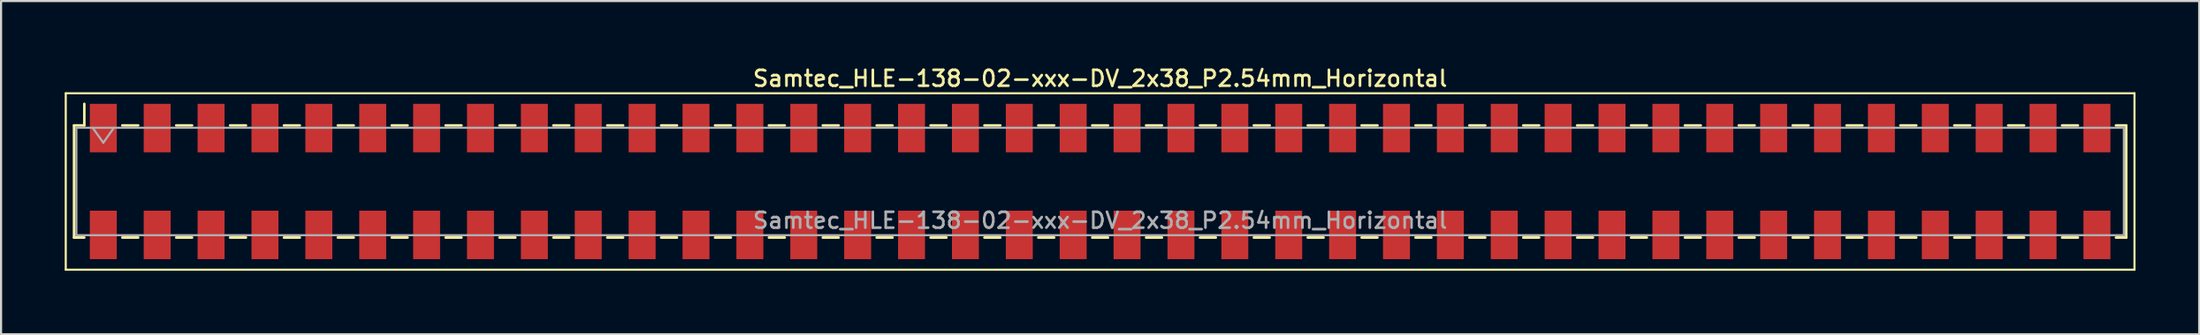
<source format=kicad_pcb>
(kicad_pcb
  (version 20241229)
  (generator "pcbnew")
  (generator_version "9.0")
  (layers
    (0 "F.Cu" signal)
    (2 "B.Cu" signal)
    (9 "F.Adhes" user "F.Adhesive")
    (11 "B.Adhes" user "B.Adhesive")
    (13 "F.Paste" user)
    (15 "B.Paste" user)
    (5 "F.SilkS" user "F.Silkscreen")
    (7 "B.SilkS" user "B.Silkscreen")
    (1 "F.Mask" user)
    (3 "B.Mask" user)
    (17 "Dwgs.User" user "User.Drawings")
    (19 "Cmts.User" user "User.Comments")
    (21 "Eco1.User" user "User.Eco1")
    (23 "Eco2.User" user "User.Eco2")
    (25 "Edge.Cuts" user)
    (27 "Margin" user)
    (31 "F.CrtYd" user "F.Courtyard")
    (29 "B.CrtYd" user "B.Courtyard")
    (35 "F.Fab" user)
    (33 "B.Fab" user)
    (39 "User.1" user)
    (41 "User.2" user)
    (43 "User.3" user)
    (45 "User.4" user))
  (footprint "Samtec_HLE-138-02-xxx-DV_2x38_P2.54mm_Horizontal"
    (layer "F.Cu")
    (at 48.81 5.528)
    (property "Reference" "Samtec_HLE-138-02-xxx-DV_2x38_P2.54mm_Horizontal" (at 0 -4.87 0) (layer "F.SilkS") (effects (font (size 0.75 0.75) (thickness 0.125))))
    (attr smd)
    (fp_line (start -48.76 -4.17) (end 48.76 -4.17) (stroke (width 0.1) (type solid)) (layer "F.SilkS"))
    (fp_line (start -48.76 4.17) (end -48.76 -4.17) (stroke (width 0.1) (type solid)) (layer "F.SilkS"))
    (fp_line (start -48.37 -2.65) (end -48.37 2.65) (stroke (width 0.12) (type solid)) (layer "F.SilkS"))
    (fp_line (start -48.37 2.65) (end -47.885 2.65) (stroke (width 0.12) (type solid)) (layer "F.SilkS"))
    (fp_line (start -47.885 -3.67) (end -47.885 -2.65) (stroke (width 0.12) (type solid)) (layer "F.SilkS"))
    (fp_line (start -47.885 -2.65) (end -48.37 -2.65) (stroke (width 0.12) (type solid)) (layer "F.SilkS"))
    (fp_line (start -46.095 -2.65) (end -45.345 -2.65) (stroke (width 0.12) (type solid)) (layer "F.SilkS"))
    (fp_line (start -46.095 2.65) (end -45.345 2.65) (stroke (width 0.12) (type solid)) (layer "F.SilkS"))
    (fp_line (start -43.555 -2.65) (end -42.805 -2.65) (stroke (width 0.12) (type solid)) (layer "F.SilkS"))
    (fp_line (start -43.555 2.65) (end -42.805 2.65) (stroke (width 0.12) (type solid)) (layer "F.SilkS"))
    (fp_line (start -41.015 -2.65) (end -40.265 -2.65) (stroke (width 0.12) (type solid)) (layer "F.SilkS"))
    (fp_line (start -41.015 2.65) (end -40.265 2.65) (stroke (width 0.12) (type solid)) (layer "F.SilkS"))
    (fp_line (start -38.475 -2.65) (end -37.725 -2.65) (stroke (width 0.12) (type solid)) (layer "F.SilkS"))
    (fp_line (start -38.475 2.65) (end -37.725 2.65) (stroke (width 0.12) (type solid)) (layer "F.SilkS"))
    (fp_line (start -35.935 -2.65) (end -35.185 -2.65) (stroke (width 0.12) (type solid)) (layer "F.SilkS"))
    (fp_line (start -35.935 2.65) (end -35.185 2.65) (stroke (width 0.12) (type solid)) (layer "F.SilkS"))
    (fp_line (start -33.395 -2.65) (end -32.645 -2.65) (stroke (width 0.12) (type solid)) (layer "F.SilkS"))
    (fp_line (start -33.395 2.65) (end -32.645 2.65) (stroke (width 0.12) (type solid)) (layer "F.SilkS"))
    (fp_line (start -30.855 -2.65) (end -30.105 -2.65) (stroke (width 0.12) (type solid)) (layer "F.SilkS"))
    (fp_line (start -30.855 2.65) (end -30.105 2.65) (stroke (width 0.12) (type solid)) (layer "F.SilkS"))
    (fp_line (start -28.315 -2.65) (end -27.565 -2.65) (stroke (width 0.12) (type solid)) (layer "F.SilkS"))
    (fp_line (start -28.315 2.65) (end -27.565 2.65) (stroke (width 0.12) (type solid)) (layer "F.SilkS"))
    (fp_line (start -25.775 -2.65) (end -25.025 -2.65) (stroke (width 0.12) (type solid)) (layer "F.SilkS"))
    (fp_line (start -25.775 2.65) (end -25.025 2.65) (stroke (width 0.12) (type solid)) (layer "F.SilkS"))
    (fp_line (start -23.235 -2.65) (end -22.485 -2.65) (stroke (width 0.12) (type solid)) (layer "F.SilkS"))
    (fp_line (start -23.235 2.65) (end -22.485 2.65) (stroke (width 0.12) (type solid)) (layer "F.SilkS"))
    (fp_line (start -20.695 -2.65) (end -19.945 -2.65) (stroke (width 0.12) (type solid)) (layer "F.SilkS"))
    (fp_line (start -20.695 2.65) (end -19.945 2.65) (stroke (width 0.12) (type solid)) (layer "F.SilkS"))
    (fp_line (start -18.155 -2.65) (end -17.405 -2.65) (stroke (width 0.12) (type solid)) (layer "F.SilkS"))
    (fp_line (start -18.155 2.65) (end -17.405 2.65) (stroke (width 0.12) (type solid)) (layer "F.SilkS"))
    (fp_line (start -15.615 -2.65) (end -14.865 -2.65) (stroke (width 0.12) (type solid)) (layer "F.SilkS"))
    (fp_line (start -15.615 2.65) (end -14.865 2.65) (stroke (width 0.12) (type solid)) (layer "F.SilkS"))
    (fp_line (start -13.075 -2.65) (end -12.325 -2.65) (stroke (width 0.12) (type solid)) (layer "F.SilkS"))
    (fp_line (start -13.075 2.65) (end -12.325 2.65) (stroke (width 0.12) (type solid)) (layer "F.SilkS"))
    (fp_line (start -10.535 -2.65) (end -9.785 -2.65) (stroke (width 0.12) (type solid)) (layer "F.SilkS"))
    (fp_line (start -10.535 2.65) (end -9.785 2.65) (stroke (width 0.12) (type solid)) (layer "F.SilkS"))
    (fp_line (start -7.995 -2.65) (end -7.245 -2.65) (stroke (width 0.12) (type solid)) (layer "F.SilkS"))
    (fp_line (start -7.995 2.65) (end -7.245 2.65) (stroke (width 0.12) (type solid)) (layer "F.SilkS"))
    (fp_line (start -5.455 -2.65) (end -4.705 -2.65) (stroke (width 0.12) (type solid)) (layer "F.SilkS"))
    (fp_line (start -5.455 2.65) (end -4.705 2.65) (stroke (width 0.12) (type solid)) (layer "F.SilkS"))
    (fp_line (start -2.915 -2.65) (end -2.165 -2.65) (stroke (width 0.12) (type solid)) (layer "F.SilkS"))
    (fp_line (start -2.915 2.65) (end -2.165 2.65) (stroke (width 0.12) (type solid)) (layer "F.SilkS"))
    (fp_line (start -0.375 -2.65) (end 0.375 -2.65) (stroke (width 0.12) (type solid)) (layer "F.SilkS"))
    (fp_line (start -0.375 2.65) (end 0.375 2.65) (stroke (width 0.12) (type solid)) (layer "F.SilkS"))
    (fp_line (start 2.165 -2.65) (end 2.915 -2.65) (stroke (width 0.12) (type solid)) (layer "F.SilkS"))
    (fp_line (start 2.165 2.65) (end 2.915 2.65) (stroke (width 0.12) (type solid)) (layer "F.SilkS"))
    (fp_line (start 4.705 -2.65) (end 5.455 -2.65) (stroke (width 0.12) (type solid)) (layer "F.SilkS"))
    (fp_line (start 4.705 2.65) (end 5.455 2.65) (stroke (width 0.12) (type solid)) (layer "F.SilkS"))
    (fp_line (start 7.245 -2.65) (end 7.995 -2.65) (stroke (width 0.12) (type solid)) (layer "F.SilkS"))
    (fp_line (start 7.245 2.65) (end 7.995 2.65) (stroke (width 0.12) (type solid)) (layer "F.SilkS"))
    (fp_line (start 9.785 -2.65) (end 10.535 -2.65) (stroke (width 0.12) (type solid)) (layer "F.SilkS"))
    (fp_line (start 9.785 2.65) (end 10.535 2.65) (stroke (width 0.12) (type solid)) (layer "F.SilkS"))
    (fp_line (start 12.325 -2.65) (end 13.075 -2.65) (stroke (width 0.12) (type solid)) (layer "F.SilkS"))
    (fp_line (start 12.325 2.65) (end 13.075 2.65) (stroke (width 0.12) (type solid)) (layer "F.SilkS"))
    (fp_line (start 14.865 -2.65) (end 15.615 -2.65) (stroke (width 0.12) (type solid)) (layer "F.SilkS"))
    (fp_line (start 14.865 2.65) (end 15.615 2.65) (stroke (width 0.12) (type solid)) (layer "F.SilkS"))
    (fp_line (start 17.405 -2.65) (end 18.155 -2.65) (stroke (width 0.12) (type solid)) (layer "F.SilkS"))
    (fp_line (start 17.405 2.65) (end 18.155 2.65) (stroke (width 0.12) (type solid)) (layer "F.SilkS"))
    (fp_line (start 19.945 -2.65) (end 20.695 -2.65) (stroke (width 0.12) (type solid)) (layer "F.SilkS"))
    (fp_line (start 19.945 2.65) (end 20.695 2.65) (stroke (width 0.12) (type solid)) (layer "F.SilkS"))
    (fp_line (start 22.485 -2.65) (end 23.235 -2.65) (stroke (width 0.12) (type solid)) (layer "F.SilkS"))
    (fp_line (start 22.485 2.65) (end 23.235 2.65) (stroke (width 0.12) (type solid)) (layer "F.SilkS"))
    (fp_line (start 25.025 -2.65) (end 25.775 -2.65) (stroke (width 0.12) (type solid)) (layer "F.SilkS"))
    (fp_line (start 25.025 2.65) (end 25.775 2.65) (stroke (width 0.12) (type solid)) (layer "F.SilkS"))
    (fp_line (start 27.565 -2.65) (end 28.315 -2.65) (stroke (width 0.12) (type solid)) (layer "F.SilkS"))
    (fp_line (start 27.565 2.65) (end 28.315 2.65) (stroke (width 0.12) (type solid)) (layer "F.SilkS"))
    (fp_line (start 30.105 -2.65) (end 30.855 -2.65) (stroke (width 0.12) (type solid)) (layer "F.SilkS"))
    (fp_line (start 30.105 2.65) (end 30.855 2.65) (stroke (width 0.12) (type solid)) (layer "F.SilkS"))
    (fp_line (start 32.645 -2.65) (end 33.395 -2.65) (stroke (width 0.12) (type solid)) (layer "F.SilkS"))
    (fp_line (start 32.645 2.65) (end 33.395 2.65) (stroke (width 0.12) (type solid)) (layer "F.SilkS"))
    (fp_line (start 35.185 -2.65) (end 35.935 -2.65) (stroke (width 0.12) (type solid)) (layer "F.SilkS"))
    (fp_line (start 35.185 2.65) (end 35.935 2.65) (stroke (width 0.12) (type solid)) (layer "F.SilkS"))
    (fp_line (start 37.725 -2.65) (end 38.475 -2.65) (stroke (width 0.12) (type solid)) (layer "F.SilkS"))
    (fp_line (start 37.725 2.65) (end 38.475 2.65) (stroke (width 0.12) (type solid)) (layer "F.SilkS"))
    (fp_line (start 40.265 -2.65) (end 41.015 -2.65) (stroke (width 0.12) (type solid)) (layer "F.SilkS"))
    (fp_line (start 40.265 2.65) (end 41.015 2.65) (stroke (width 0.12) (type solid)) (layer "F.SilkS"))
    (fp_line (start 42.805 -2.65) (end 43.555 -2.65) (stroke (width 0.12) (type solid)) (layer "F.SilkS"))
    (fp_line (start 42.805 2.65) (end 43.555 2.65) (stroke (width 0.12) (type solid)) (layer "F.SilkS"))
    (fp_line (start 45.345 -2.65) (end 46.095 -2.65) (stroke (width 0.12) (type solid)) (layer "F.SilkS"))
    (fp_line (start 45.345 2.65) (end 46.095 2.65) (stroke (width 0.12) (type solid)) (layer "F.SilkS"))
    (fp_line (start 47.885 -2.65) (end 48.37 -2.65) (stroke (width 0.12) (type solid)) (layer "F.SilkS"))
    (fp_line (start 48.37 -2.65) (end 48.37 2.65) (stroke (width 0.12) (type solid)) (layer "F.SilkS"))
    (fp_line (start 48.37 2.65) (end 47.885 2.65) (stroke (width 0.12) (type solid)) (layer "F.SilkS"))
    (fp_line (start 48.76 -4.17) (end 48.76 4.17) (stroke (width 0.1) (type solid)) (layer "F.SilkS"))
    (fp_line (start 48.76 4.17) (end -48.76 4.17) (stroke (width 0.1) (type solid)) (layer "F.SilkS"))
    (fp_line (start -48.26 -2.54) (end 48.26 -2.54) (stroke (width 0.1) (type solid)) (layer "F.Fab"))
    (fp_line (start -48.26 2.54) (end -48.26 -2.54) (stroke (width 0.1) (type solid)) (layer "F.Fab"))
    (fp_line (start -47.49 -2.54) (end -46.99 -1.833) (stroke (width 0.1) (type solid)) (layer "F.Fab"))
    (fp_line (start -46.99 -1.833) (end -46.49 -2.54) (stroke (width 0.1) (type solid)) (layer "F.Fab"))
    (fp_line (start 48.26 -2.54) (end 48.26 2.54) (stroke (width 0.1) (type solid)) (layer "F.Fab"))
    (fp_line (start 48.26 2.54) (end -48.26 2.54) (stroke (width 0.1) (type solid)) (layer "F.Fab"))
    (fp_text user "${REFERENCE}" (at 0 1.84 0) (layer "F.Fab") (effects (font (size 0.75 0.75) (thickness 0.125))))
    (pad "1" smd rect (at -46.99 -2.525) (size 1.27 2.29) (layers "F.Cu" "F.Mask" "F.Paste"))
    (pad "2" smd rect (at -46.99 2.525) (size 1.27 2.29) (layers "F.Cu" "F.Mask" "F.Paste"))
    (pad "3" smd rect (at -44.45 -2.525) (size 1.27 2.29) (layers "F.Cu" "F.Mask" "F.Paste"))
    (pad "4" smd rect (at -44.45 2.525) (size 1.27 2.29) (layers "F.Cu" "F.Mask" "F.Paste"))
    (pad "5" smd rect (at -41.91 -2.525) (size 1.27 2.29) (layers "F.Cu" "F.Mask" "F.Paste"))
    (pad "6" smd rect (at -41.91 2.525) (size 1.27 2.29) (layers "F.Cu" "F.Mask" "F.Paste"))
    (pad "7" smd rect (at -39.37 -2.525) (size 1.27 2.29) (layers "F.Cu" "F.Mask" "F.Paste"))
    (pad "8" smd rect (at -39.37 2.525) (size 1.27 2.29) (layers "F.Cu" "F.Mask" "F.Paste"))
    (pad "9" smd rect (at -36.83 -2.525) (size 1.27 2.29) (layers "F.Cu" "F.Mask" "F.Paste"))
    (pad "10" smd rect (at -36.83 2.525) (size 1.27 2.29) (layers "F.Cu" "F.Mask" "F.Paste"))
    (pad "11" smd rect (at -34.29 -2.525) (size 1.27 2.29) (layers "F.Cu" "F.Mask" "F.Paste"))
    (pad "12" smd rect (at -34.29 2.525) (size 1.27 2.29) (layers "F.Cu" "F.Mask" "F.Paste"))
    (pad "13" smd rect (at -31.75 -2.525) (size 1.27 2.29) (layers "F.Cu" "F.Mask" "F.Paste"))
    (pad "14" smd rect (at -31.75 2.525) (size 1.27 2.29) (layers "F.Cu" "F.Mask" "F.Paste"))
    (pad "15" smd rect (at -29.21 -2.525) (size 1.27 2.29) (layers "F.Cu" "F.Mask" "F.Paste"))
    (pad "16" smd rect (at -29.21 2.525) (size 1.27 2.29) (layers "F.Cu" "F.Mask" "F.Paste"))
    (pad "17" smd rect (at -26.67 -2.525) (size 1.27 2.29) (layers "F.Cu" "F.Mask" "F.Paste"))
    (pad "18" smd rect (at -26.67 2.525) (size 1.27 2.29) (layers "F.Cu" "F.Mask" "F.Paste"))
    (pad "19" smd rect (at -24.13 -2.525) (size 1.27 2.29) (layers "F.Cu" "F.Mask" "F.Paste"))
    (pad "20" smd rect (at -24.13 2.525) (size 1.27 2.29) (layers "F.Cu" "F.Mask" "F.Paste"))
    (pad "21" smd rect (at -21.59 -2.525) (size 1.27 2.29) (layers "F.Cu" "F.Mask" "F.Paste"))
    (pad "22" smd rect (at -21.59 2.525) (size 1.27 2.29) (layers "F.Cu" "F.Mask" "F.Paste"))
    (pad "23" smd rect (at -19.05 -2.525) (size 1.27 2.29) (layers "F.Cu" "F.Mask" "F.Paste"))
    (pad "24" smd rect (at -19.05 2.525) (size 1.27 2.29) (layers "F.Cu" "F.Mask" "F.Paste"))
    (pad "25" smd rect (at -16.51 -2.525) (size 1.27 2.29) (layers "F.Cu" "F.Mask" "F.Paste"))
    (pad "26" smd rect (at -16.51 2.525) (size 1.27 2.29) (layers "F.Cu" "F.Mask" "F.Paste"))
    (pad "27" smd rect (at -13.97 -2.525) (size 1.27 2.29) (layers "F.Cu" "F.Mask" "F.Paste"))
    (pad "28" smd rect (at -13.97 2.525) (size 1.27 2.29) (layers "F.Cu" "F.Mask" "F.Paste"))
    (pad "29" smd rect (at -11.43 -2.525) (size 1.27 2.29) (layers "F.Cu" "F.Mask" "F.Paste"))
    (pad "30" smd rect (at -11.43 2.525) (size 1.27 2.29) (layers "F.Cu" "F.Mask" "F.Paste"))
    (pad "31" smd rect (at -8.89 -2.525) (size 1.27 2.29) (layers "F.Cu" "F.Mask" "F.Paste"))
    (pad "32" smd rect (at -8.89 2.525) (size 1.27 2.29) (layers "F.Cu" "F.Mask" "F.Paste"))
    (pad "33" smd rect (at -6.35 -2.525) (size 1.27 2.29) (layers "F.Cu" "F.Mask" "F.Paste"))
    (pad "34" smd rect (at -6.35 2.525) (size 1.27 2.29) (layers "F.Cu" "F.Mask" "F.Paste"))
    (pad "35" smd rect (at -3.81 -2.525) (size 1.27 2.29) (layers "F.Cu" "F.Mask" "F.Paste"))
    (pad "36" smd rect (at -3.81 2.525) (size 1.27 2.29) (layers "F.Cu" "F.Mask" "F.Paste"))
    (pad "37" smd rect (at -1.27 -2.525) (size 1.27 2.29) (layers "F.Cu" "F.Mask" "F.Paste"))
    (pad "38" smd rect (at -1.27 2.525) (size 1.27 2.29) (layers "F.Cu" "F.Mask" "F.Paste"))
    (pad "39" smd rect (at 1.27 -2.525) (size 1.27 2.29) (layers "F.Cu" "F.Mask" "F.Paste"))
    (pad "40" smd rect (at 1.27 2.525) (size 1.27 2.29) (layers "F.Cu" "F.Mask" "F.Paste"))
    (pad "41" smd rect (at 3.81 -2.525) (size 1.27 2.29) (layers "F.Cu" "F.Mask" "F.Paste"))
    (pad "42" smd rect (at 3.81 2.525) (size 1.27 2.29) (layers "F.Cu" "F.Mask" "F.Paste"))
    (pad "43" smd rect (at 6.35 -2.525) (size 1.27 2.29) (layers "F.Cu" "F.Mask" "F.Paste"))
    (pad "44" smd rect (at 6.35 2.525) (size 1.27 2.29) (layers "F.Cu" "F.Mask" "F.Paste"))
    (pad "45" smd rect (at 8.89 -2.525) (size 1.27 2.29) (layers "F.Cu" "F.Mask" "F.Paste"))
    (pad "46" smd rect (at 8.89 2.525) (size 1.27 2.29) (layers "F.Cu" "F.Mask" "F.Paste"))
    (pad "47" smd rect (at 11.43 -2.525) (size 1.27 2.29) (layers "F.Cu" "F.Mask" "F.Paste"))
    (pad "48" smd rect (at 11.43 2.525) (size 1.27 2.29) (layers "F.Cu" "F.Mask" "F.Paste"))
    (pad "49" smd rect (at 13.97 -2.525) (size 1.27 2.29) (layers "F.Cu" "F.Mask" "F.Paste"))
    (pad "50" smd rect (at 13.97 2.525) (size 1.27 2.29) (layers "F.Cu" "F.Mask" "F.Paste"))
    (pad "51" smd rect (at 16.51 -2.525) (size 1.27 2.29) (layers "F.Cu" "F.Mask" "F.Paste"))
    (pad "52" smd rect (at 16.51 2.525) (size 1.27 2.29) (layers "F.Cu" "F.Mask" "F.Paste"))
    (pad "53" smd rect (at 19.05 -2.525) (size 1.27 2.29) (layers "F.Cu" "F.Mask" "F.Paste"))
    (pad "54" smd rect (at 19.05 2.525) (size 1.27 2.29) (layers "F.Cu" "F.Mask" "F.Paste"))
    (pad "55" smd rect (at 21.59 -2.525) (size 1.27 2.29) (layers "F.Cu" "F.Mask" "F.Paste"))
    (pad "56" smd rect (at 21.59 2.525) (size 1.27 2.29) (layers "F.Cu" "F.Mask" "F.Paste"))
    (pad "57" smd rect (at 24.13 -2.525) (size 1.27 2.29) (layers "F.Cu" "F.Mask" "F.Paste"))
    (pad "58" smd rect (at 24.13 2.525) (size 1.27 2.29) (layers "F.Cu" "F.Mask" "F.Paste"))
    (pad "59" smd rect (at 26.67 -2.525) (size 1.27 2.29) (layers "F.Cu" "F.Mask" "F.Paste"))
    (pad "60" smd rect (at 26.67 2.525) (size 1.27 2.29) (layers "F.Cu" "F.Mask" "F.Paste"))
    (pad "61" smd rect (at 29.21 -2.525) (size 1.27 2.29) (layers "F.Cu" "F.Mask" "F.Paste"))
    (pad "62" smd rect (at 29.21 2.525) (size 1.27 2.29) (layers "F.Cu" "F.Mask" "F.Paste"))
    (pad "63" smd rect (at 31.75 -2.525) (size 1.27 2.29) (layers "F.Cu" "F.Mask" "F.Paste"))
    (pad "64" smd rect (at 31.75 2.525) (size 1.27 2.29) (layers "F.Cu" "F.Mask" "F.Paste"))
    (pad "65" smd rect (at 34.29 -2.525) (size 1.27 2.29) (layers "F.Cu" "F.Mask" "F.Paste"))
    (pad "66" smd rect (at 34.29 2.525) (size 1.27 2.29) (layers "F.Cu" "F.Mask" "F.Paste"))
    (pad "67" smd rect (at 36.83 -2.525) (size 1.27 2.29) (layers "F.Cu" "F.Mask" "F.Paste"))
    (pad "68" smd rect (at 36.83 2.525) (size 1.27 2.29) (layers "F.Cu" "F.Mask" "F.Paste"))
    (pad "69" smd rect (at 39.37 -2.525) (size 1.27 2.29) (layers "F.Cu" "F.Mask" "F.Paste"))
    (pad "70" smd rect (at 39.37 2.525) (size 1.27 2.29) (layers "F.Cu" "F.Mask" "F.Paste"))
    (pad "71" smd rect (at 41.91 -2.525) (size 1.27 2.29) (layers "F.Cu" "F.Mask" "F.Paste"))
    (pad "72" smd rect (at 41.91 2.525) (size 1.27 2.29) (layers "F.Cu" "F.Mask" "F.Paste"))
    (pad "73" smd rect (at 44.45 -2.525) (size 1.27 2.29) (layers "F.Cu" "F.Mask" "F.Paste"))
    (pad "74" smd rect (at 44.45 2.525) (size 1.27 2.29) (layers "F.Cu" "F.Mask" "F.Paste"))
    (pad "75" smd rect (at 46.99 -2.525) (size 1.27 2.29) (layers "F.Cu" "F.Mask" "F.Paste"))
    (pad "76" smd rect (at 46.99 2.525) (size 1.27 2.29) (layers "F.Cu" "F.Mask" "F.Paste")))
  (gr_rect
    (start -3 -3)
    (end 100.62 12.748)
    (stroke (width 0.1) (type default))
    (fill no)
    (layer "Edge.Cuts")))
</source>
